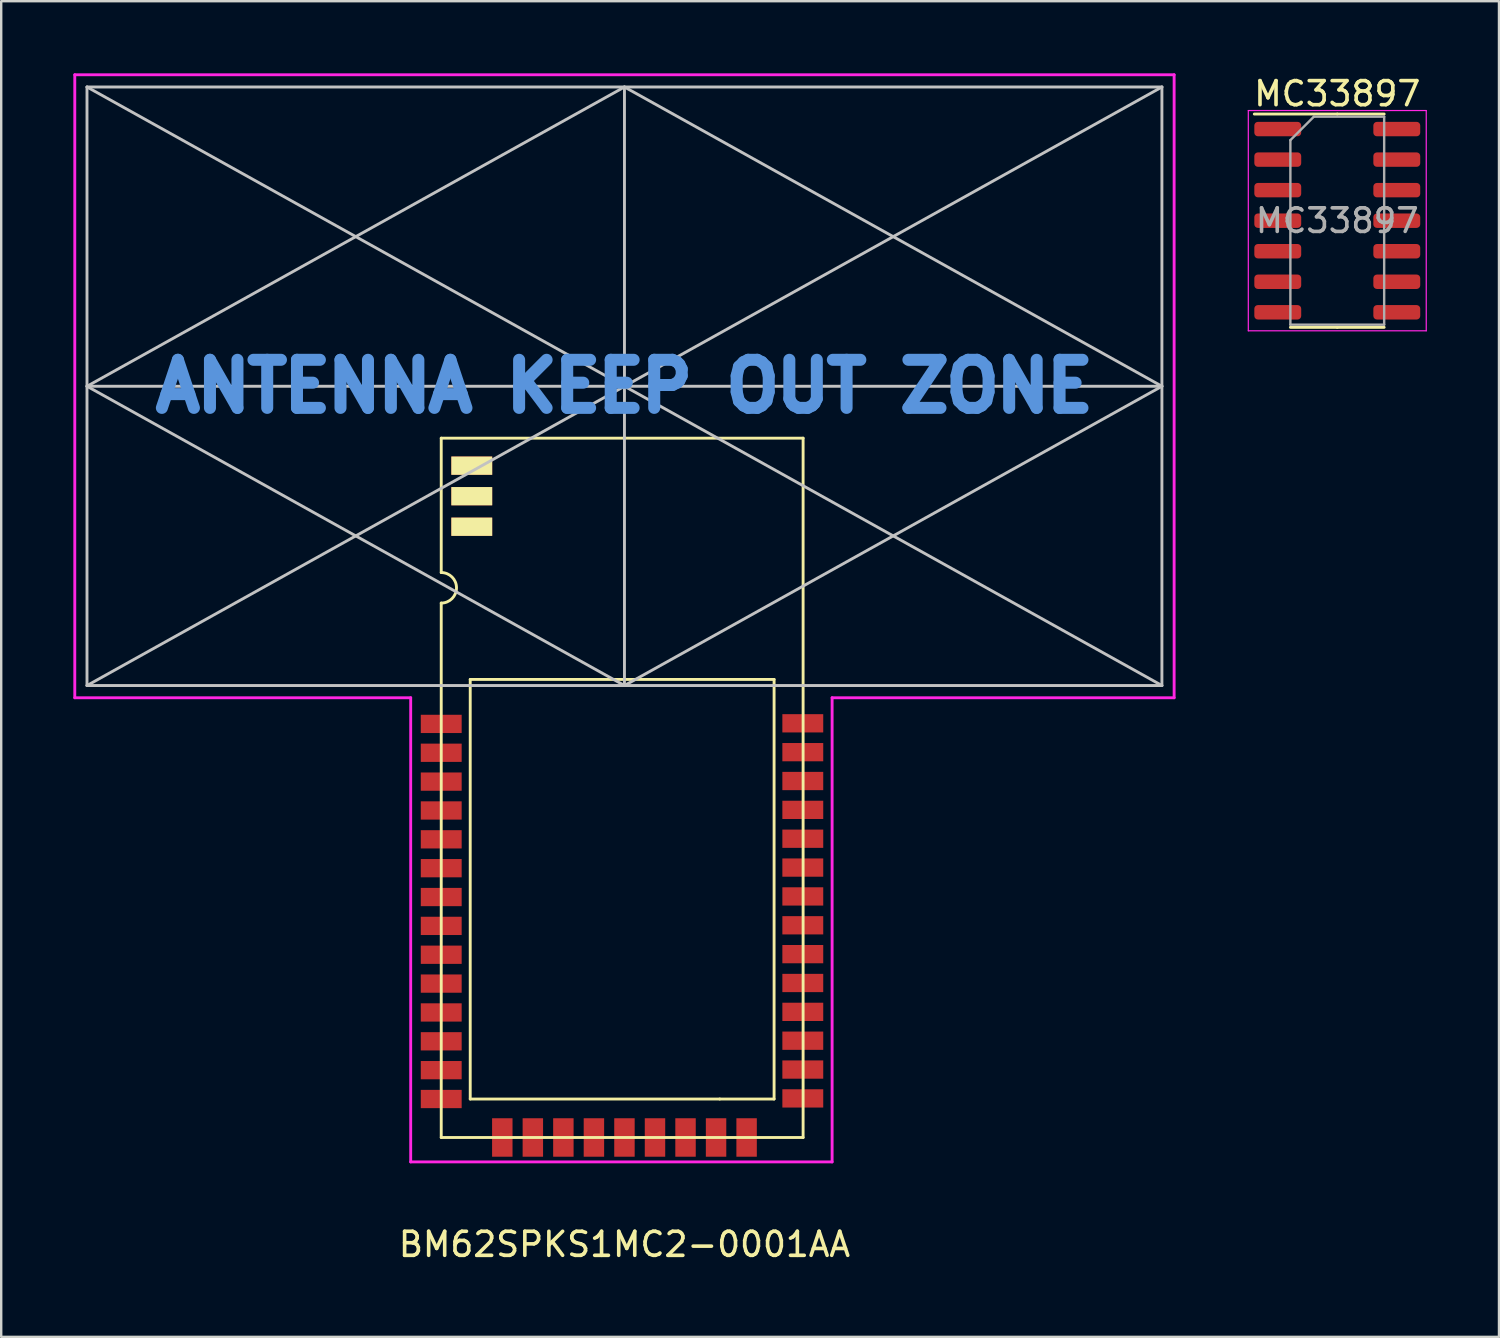
<source format=kicad_pcb>
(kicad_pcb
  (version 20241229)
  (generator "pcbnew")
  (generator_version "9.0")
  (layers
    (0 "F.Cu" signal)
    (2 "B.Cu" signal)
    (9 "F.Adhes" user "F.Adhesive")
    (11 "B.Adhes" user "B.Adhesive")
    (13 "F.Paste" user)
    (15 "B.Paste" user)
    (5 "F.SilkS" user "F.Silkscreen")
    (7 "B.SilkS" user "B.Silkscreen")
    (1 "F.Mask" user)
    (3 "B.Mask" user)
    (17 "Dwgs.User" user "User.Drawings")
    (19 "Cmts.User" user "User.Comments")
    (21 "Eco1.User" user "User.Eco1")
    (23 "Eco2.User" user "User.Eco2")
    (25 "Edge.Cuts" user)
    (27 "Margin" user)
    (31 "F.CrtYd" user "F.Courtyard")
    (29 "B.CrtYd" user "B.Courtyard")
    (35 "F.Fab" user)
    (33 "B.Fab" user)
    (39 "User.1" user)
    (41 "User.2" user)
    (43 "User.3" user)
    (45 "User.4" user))
  (footprint "MC33897"
    (layer "F.Cu")
    (at 52.565 6.128)
    (property "Reference" "MC33897" (at 0 -5.28 0) (layer "F.SilkS") (effects (font (size 1 1) (thickness 0.15))))
    (attr smd)
    (fp_line (start 0 -4.435) (end -3.45 -4.435) (stroke (width 0.12) (type solid)) (layer "F.SilkS"))
    (fp_line (start 0 -4.435) (end 1.95 -4.435) (stroke (width 0.12) (type solid)) (layer "F.SilkS"))
    (fp_line (start 0 4.435) (end -1.95 4.435) (stroke (width 0.12) (type solid)) (layer "F.SilkS"))
    (fp_line (start 0 4.435) (end 1.95 4.435) (stroke (width 0.12) (type solid)) (layer "F.SilkS"))
    (fp_line (start -3.7 -4.58) (end -3.7 4.58) (stroke (width 0.05) (type solid)) (layer "F.CrtYd"))
    (fp_line (start -3.7 4.58) (end 3.7 4.58) (stroke (width 0.05) (type solid)) (layer "F.CrtYd"))
    (fp_line (start 3.7 -4.58) (end -3.7 -4.58) (stroke (width 0.05) (type solid)) (layer "F.CrtYd"))
    (fp_line (start 3.7 4.58) (end 3.7 -4.58) (stroke (width 0.05) (type solid)) (layer "F.CrtYd"))
    (fp_line (start -1.95 -3.35) (end -0.975 -4.325) (stroke (width 0.1) (type solid)) (layer "F.Fab"))
    (fp_line (start -1.95 4.325) (end -1.95 -3.35) (stroke (width 0.1) (type solid)) (layer "F.Fab"))
    (fp_line (start -0.975 -4.325) (end 1.95 -4.325) (stroke (width 0.1) (type solid)) (layer "F.Fab"))
    (fp_line (start 1.95 -4.325) (end 1.95 4.325) (stroke (width 0.1) (type solid)) (layer "F.Fab"))
    (fp_line (start 1.95 4.325) (end -1.95 4.325) (stroke (width 0.1) (type solid)) (layer "F.Fab"))
    (fp_text user "${REFERENCE}" (at 0 0 0) (layer "F.Fab") (effects (font (size 0.98 0.98) (thickness 0.15))))
    (pad "1" smd roundrect (at -2.475 -3.81) (size 1.95 0.6) (layers "F.Cu" "F.Mask" "F.Paste") (roundrect_rratio 0.25))
    (pad "2" smd roundrect (at -2.475 -2.54) (size 1.95 0.6) (layers "F.Cu" "F.Mask" "F.Paste") (roundrect_rratio 0.25))
    (pad "3" smd roundrect (at -2.475 -1.27) (size 1.95 0.6) (layers "F.Cu" "F.Mask" "F.Paste") (roundrect_rratio 0.25))
    (pad "4" smd roundrect (at -2.475 0) (size 1.95 0.6) (layers "F.Cu" "F.Mask" "F.Paste") (roundrect_rratio 0.25))
    (pad "5" smd roundrect (at -2.475 1.27) (size 1.95 0.6) (layers "F.Cu" "F.Mask" "F.Paste") (roundrect_rratio 0.25))
    (pad "6" smd roundrect (at -2.475 2.54) (size 1.95 0.6) (layers "F.Cu" "F.Mask" "F.Paste") (roundrect_rratio 0.25))
    (pad "7" smd roundrect (at -2.475 3.81) (size 1.95 0.6) (layers "F.Cu" "F.Mask" "F.Paste") (roundrect_rratio 0.25))
    (pad "8" smd roundrect (at 2.475 3.81) (size 1.95 0.6) (layers "F.Cu" "F.Mask" "F.Paste") (roundrect_rratio 0.25))
    (pad "9" smd roundrect (at 2.475 2.54) (size 1.95 0.6) (layers "F.Cu" "F.Mask" "F.Paste") (roundrect_rratio 0.25))
    (pad "10" smd roundrect (at 2.475 1.27) (size 1.95 0.6) (layers "F.Cu" "F.Mask" "F.Paste") (roundrect_rratio 0.25))
    (pad "11" smd roundrect (at 2.475 0) (size 1.95 0.6) (layers "F.Cu" "F.Mask" "F.Paste") (roundrect_rratio 0.25))
    (pad "12" smd roundrect (at 2.475 -1.27) (size 1.95 0.6) (layers "F.Cu" "F.Mask" "F.Paste") (roundrect_rratio 0.25))
    (pad "13" smd roundrect (at 2.475 -2.54) (size 1.95 0.6) (layers "F.Cu" "F.Mask" "F.Paste") (roundrect_rratio 0.25))
    (pad "14" smd roundrect (at 2.475 -3.81) (size 1.95 0.6) (layers "F.Cu" "F.Mask" "F.Paste") (roundrect_rratio 0.25)))
  (footprint "BM62SPKS1MC2-0001AA"
    (layer "F.Cu")
    (at 15.3 44.256)
    (property "Reference" "BM62SPKS1MC2-0001AA" (at 7.62 4.445 0) (layer "F.SilkS") (effects (font (size 1 1) (thickness 0.15))))
    (attr through_hole)
    (fp_line (start 0 -29.083) (end 0 -23.495) (stroke (width 0.12) (type solid)) (layer "F.SilkS"))
    (fp_line (start 0 -29.083) (end 15.05 -29.083) (stroke (width 0.12) (type solid)) (layer "F.SilkS"))
    (fp_line (start 0 -22.225) (end 0 0) (stroke (width 0.12) (type solid)) (layer "F.SilkS"))
    (fp_line (start 0 0) (end 15.05 0) (stroke (width 0.12) (type solid)) (layer "F.SilkS"))
    (fp_line (start 1.206 -19.05) (end 1.206 -1.6) (stroke (width 0.12) (type solid)) (layer "F.SilkS"))
    (fp_line (start 1.206 -19.05) (end 13.843 -19.05) (stroke (width 0.12) (type solid)) (layer "F.SilkS"))
    (fp_line (start 1.206 -1.6) (end 11.582 -1.6) (stroke (width 0.12) (type solid)) (layer "F.SilkS"))
    (fp_line (start 13.843 -19.05) (end 13.843 -1.6) (stroke (width 0.12) (type solid)) (layer "F.SilkS"))
    (fp_line (start 13.843 -1.6) (end 11.582 -1.6) (stroke (width 0.12) (type solid)) (layer "F.SilkS"))
    (fp_line (start 15.05 0) (end 15.05 -29.083) (stroke (width 0.12) (type solid)) (layer "F.SilkS"))
    (fp_arc (start 0 -23.495) (mid 0.635 -22.86) (end 0 -22.225) (stroke (width 0.12) (type solid)) (layer "F.SilkS"))
    (fp_line (start -14.732 -43.688) (end 29.972 -43.688) (stroke (width 0.12) (type solid)) (layer "Dwgs.User"))
    (fp_line (start -14.732 -43.688) (end 29.972 -18.796) (stroke (width 0.12) (type solid)) (layer "Dwgs.User"))
    (fp_line (start -14.732 -31.242) (end 7.62 -43.688) (stroke (width 0.12) (type solid)) (layer "Dwgs.User"))
    (fp_line (start -14.732 -18.796) (end -14.732 -43.688) (stroke (width 0.12) (type solid)) (layer "Dwgs.User"))
    (fp_line (start 7.62 -43.688) (end 29.972 -31.242) (stroke (width 0.12) (type solid)) (layer "Dwgs.User"))
    (fp_line (start 7.62 -31.242) (end -14.732 -31.242) (stroke (width 0.12) (type solid)) (layer "Dwgs.User"))
    (fp_line (start 7.62 -31.242) (end 7.62 -43.688) (stroke (width 0.12) (type solid)) (layer "Dwgs.User"))
    (fp_line (start 7.62 -31.242) (end 7.62 -18.796) (stroke (width 0.12) (type solid)) (layer "Dwgs.User"))
    (fp_line (start 7.62 -31.242) (end 29.972 -31.242) (stroke (width 0.12) (type solid)) (layer "Dwgs.User"))
    (fp_line (start 7.62 -18.796) (end -14.732 -31.242) (stroke (width 0.12) (type solid)) (layer "Dwgs.User"))
    (fp_line (start 29.972 -43.688) (end -14.732 -18.796) (stroke (width 0.12) (type solid)) (layer "Dwgs.User"))
    (fp_line (start 29.972 -43.688) (end 29.972 -18.796) (stroke (width 0.12) (type solid)) (layer "Dwgs.User"))
    (fp_line (start 29.972 -31.242) (end 7.62 -18.796) (stroke (width 0.12) (type solid)) (layer "Dwgs.User"))
    (fp_line (start 29.972 -18.796) (end -14.732 -18.796) (stroke (width 0.12) (type solid)) (layer "Dwgs.User"))
    (fp_line (start -15.24 -44.196) (end -15.24 -18.288) (stroke (width 0.12) (type solid)) (layer "F.CrtYd"))
    (fp_line (start -15.24 -18.288) (end -1.27 -18.288) (stroke (width 0.12) (type solid)) (layer "F.CrtYd"))
    (fp_line (start -1.27 -18.288) (end -1.27 1.016) (stroke (width 0.12) (type solid)) (layer "F.CrtYd"))
    (fp_line (start -1.27 1.016) (end 16.256 1.016) (stroke (width 0.12) (type solid)) (layer "F.CrtYd"))
    (fp_line (start 16.256 -18.288) (end 30.48 -18.288) (stroke (width 0.12) (type solid)) (layer "F.CrtYd"))
    (fp_line (start 16.256 1.016) (end 16.256 -18.288) (stroke (width 0.12) (type solid)) (layer "F.CrtYd"))
    (fp_line (start 30.48 -44.196) (end -15.24 -44.196) (stroke (width 0.12) (type solid)) (layer "F.CrtYd"))
    (fp_line (start 30.48 -18.288) (end 30.48 -44.196) (stroke (width 0.12) (type solid)) (layer "F.CrtYd"))
    (fp_text user "ANTENNA KEEP OUT ZONE" (at 7.62 -31.242 0) (layer "Cmts.User") (effects (font (size 2 2) (thickness 0.5))))
    (pad "1" smd rect (at 0 -17.2) (size 1.7 0.76) (layers "F.Cu" "F.Mask" "F.Paste"))
    (pad "2" smd rect (at 0 -16) (size 1.7 0.76) (layers "F.Cu" "F.Mask" "F.Paste"))
    (pad "3" smd rect (at 0 -14.8) (size 1.7 0.76) (layers "F.Cu" "F.Mask" "F.Paste"))
    (pad "4" smd rect (at 0 -13.6) (size 1.7 0.76) (layers "F.Cu" "F.Mask" "F.Paste"))
    (pad "5" smd rect (at 0 -12.4) (size 1.7 0.76) (layers "F.Cu" "F.Mask" "F.Paste"))
    (pad "6" smd rect (at 0 -11.2) (size 1.7 0.76) (layers "F.Cu" "F.Mask" "F.Paste"))
    (pad "7" smd rect (at 0 -10) (size 1.7 0.76) (layers "F.Cu" "F.Mask" "F.Paste"))
    (pad "8" smd rect (at 0 -8.8) (size 1.7 0.76) (layers "F.Cu" "F.Mask" "F.Paste"))
    (pad "9" smd rect (at 0 -7.6) (size 1.7 0.76) (layers "F.Cu" "F.Mask" "F.Paste"))
    (pad "10" smd rect (at 0 -6.4) (size 1.7 0.76) (layers "F.Cu" "F.Mask" "F.Paste"))
    (pad "11" smd rect (at 0 -5.2) (size 1.7 0.76) (layers "F.Cu" "F.Mask" "F.Paste"))
    (pad "12" smd rect (at 0 -4) (size 1.7 0.76) (layers "F.Cu" "F.Mask" "F.Paste"))
    (pad "13" smd rect (at 0 -2.8) (size 1.7 0.76) (layers "F.Cu" "F.Mask" "F.Paste"))
    (pad "14" smd rect (at 0 -1.6) (size 1.7 0.76) (layers "F.Cu" "F.Mask" "F.Paste"))
    (pad "15" smd rect (at 2.54 0) (size 0.85 1.6) (layers "F.Cu" "F.Mask" "F.Paste"))
    (pad "16" smd rect (at 3.81 0) (size 0.85 1.6) (layers "F.Cu" "F.Mask" "F.Paste"))
    (pad "17" smd rect (at 5.08 0) (size 0.85 1.6) (layers "F.Cu" "F.Mask" "F.Paste"))
    (pad "18" smd rect (at 6.35 0) (size 0.85 1.6) (layers "F.Cu" "F.Mask" "F.Paste"))
    (pad "19" smd rect (at 7.62 0) (size 0.85 1.6) (layers "F.Cu" "F.Mask" "F.Paste"))
    (pad "20" smd rect (at 8.89 0) (size 0.85 1.6) (layers "F.Cu" "F.Mask" "F.Paste"))
    (pad "21" smd rect (at 10.16 0) (size 0.85 1.6) (layers "F.Cu" "F.Mask" "F.Paste"))
    (pad "22" smd rect (at 11.43 0) (size 0.85 1.6) (layers "F.Cu" "F.Mask" "F.Paste"))
    (pad "23" smd rect (at 12.7 0) (size 0.85 1.6) (layers "F.Cu" "F.Mask" "F.Paste"))
    (pad "24" smd rect (at 15.037 -1.625) (size 1.7 0.76) (layers "F.Cu" "F.Mask" "F.Paste"))
    (pad "25" smd rect (at 15.037 -2.825) (size 1.7 0.76) (layers "F.Cu" "F.Mask" "F.Paste"))
    (pad "26" smd rect (at 15.037 -4.025) (size 1.7 0.76) (layers "F.Cu" "F.Mask" "F.Paste"))
    (pad "27" smd rect (at 15.037 -5.225) (size 1.7 0.76) (layers "F.Cu" "F.Mask" "F.Paste"))
    (pad "28" smd rect (at 15.037 -6.425) (size 1.7 0.76) (layers "F.Cu" "F.Mask" "F.Paste"))
    (pad "29" smd rect (at 15.037 -7.625) (size 1.7 0.76) (layers "F.Cu" "F.Mask" "F.Paste"))
    (pad "30" smd rect (at 15.037 -8.825) (size 1.7 0.76) (layers "F.Cu" "F.Mask" "F.Paste"))
    (pad "31" smd rect (at 15.037 -10.025) (size 1.7 0.76) (layers "F.Cu" "F.Mask" "F.Paste"))
    (pad "32" smd rect (at 15.037 -11.225) (size 1.7 0.76) (layers "F.Cu" "F.Mask" "F.Paste"))
    (pad "33" smd rect (at 15.037 -12.425) (size 1.7 0.76) (layers "F.Cu" "F.Mask" "F.Paste"))
    (pad "34" smd rect (at 15.037 -13.625) (size 1.7 0.76) (layers "F.Cu" "F.Mask" "F.Paste"))
    (pad "35" smd rect (at 15.037 -14.825) (size 1.7 0.76) (layers "F.Cu" "F.Mask" "F.Paste"))
    (pad "36" smd rect (at 15.037 -16.025) (size 1.7 0.76) (layers "F.Cu" "F.Mask" "F.Paste"))
    (pad "37" smd rect (at 15.037 -17.225) (size 1.7 0.76) (layers "F.Cu" "F.Mask" "F.Paste"))
    (pad "38" smd rect (at 1.27 -25.4) (size 1.7 0.76) (layers "F.Cu" "F.SilkS"))
    (pad "39" smd rect (at 1.27 -26.67) (size 1.7 0.76) (layers "F.Cu" "F.SilkS"))
    (pad "40" smd rect (at 1.27 -27.94) (size 1.7 0.76) (layers "F.Cu" "F.SilkS")))
  (gr_rect
    (start -3 -3)
    (end 59.29 52.549)
    (stroke (width 0.1) (type default))
    (fill no)
    (layer "Edge.Cuts")))
</source>
